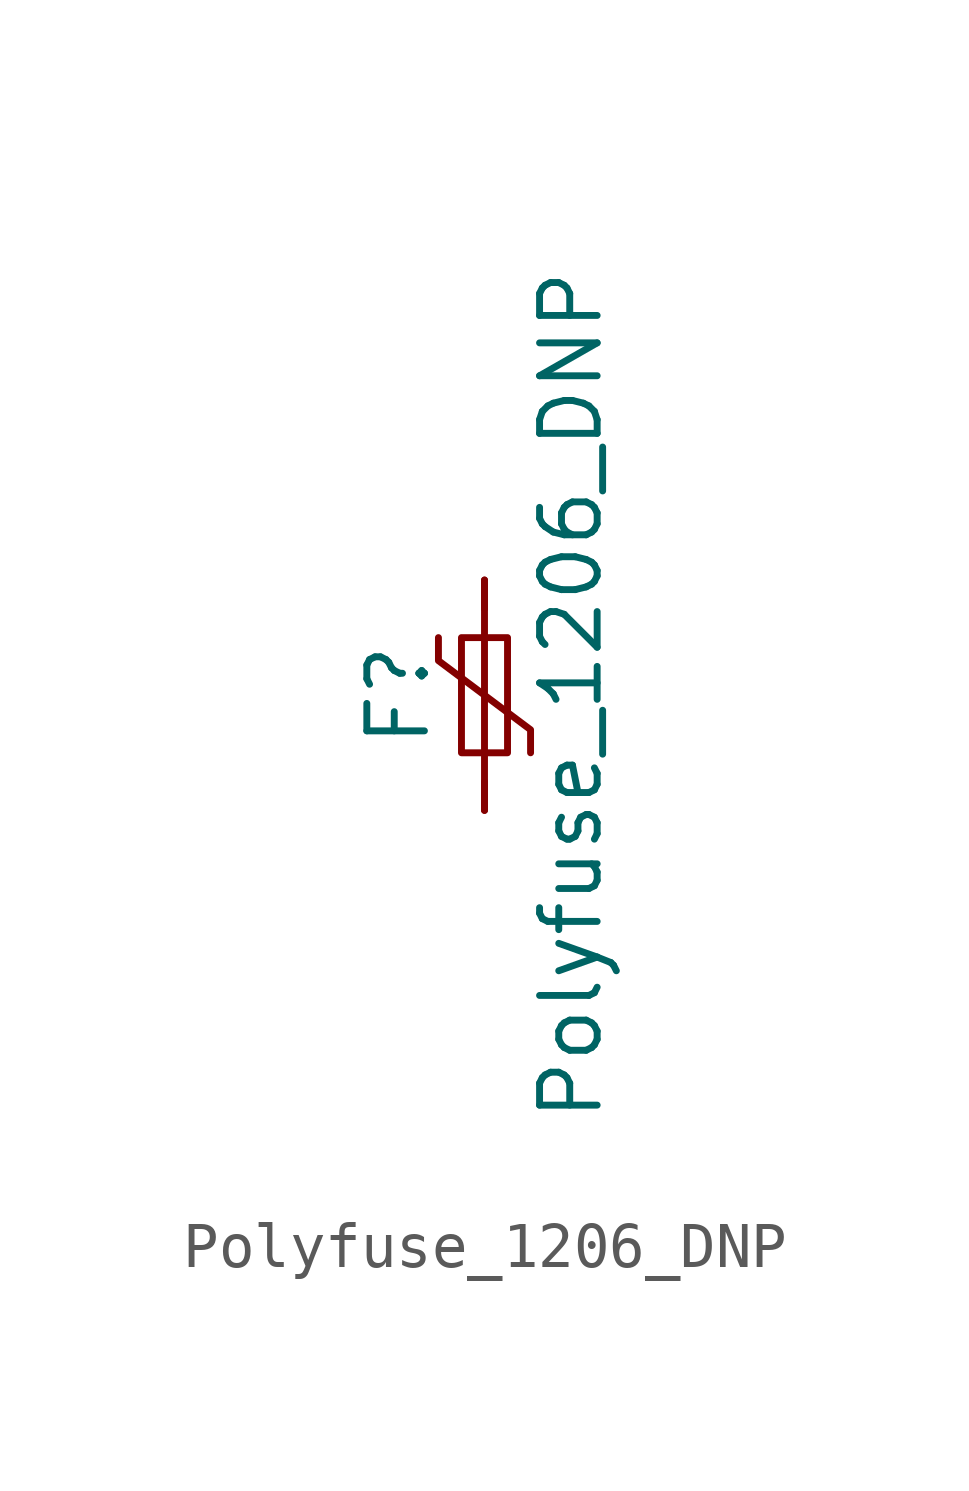
<source format=kicad_sym>
(kicad_symbol_lib
  (version 20211014)
  (generator kicad_symbol_editor)
  (symbol "Polyfuse_1206_DNP"
    (pin_numbers hide)
    (pin_names
      (offset 0))
    (property "Reference" "F"
      (at -1.905 0 90)
      (effects (font (size 1.27 1.27))))
    (property "Value" "Polyfuse_1206_DNP"
      (at 1.905 0 90)
      (effects (font (size 1.27 1.27))))
    (symbol "Polyfuse_1206_DNP_0_1"
      (rectangle (start -0.508 1.27) (end 0.508 -1.27) (stroke (width 0) (type default) (color 0 0 0 0)) (fill (type none)))
      (polyline (pts (xy 0 2.54) (xy 0 -2.54)) (stroke (width 0) (type default) (color 0 0 0 0)) (fill (type none)))
      (polyline (pts (xy -1.016 1.27) (xy -1.016 0.762) (xy 1.016 -0.762) (xy 1.016 -1.27)) (stroke (width 0) (type default) (color 0 0 0 0)) (fill (type none))))
    (symbol "Polyfuse_1206_DNP_1_1"
      (pin passive line (at 0 2.54 270) (length 0.635) (name "~" (effects (font (size 1.27 1.27)))) (number "1" (effects (font (size 1.27 1.27)))))
      (pin passive line (at 0 -2.54 90) (length 0.635) (name "~" (effects (font (size 1.27 1.27)))) (number "2" (effects (font (size 1.27 1.27))))))))
</source>
